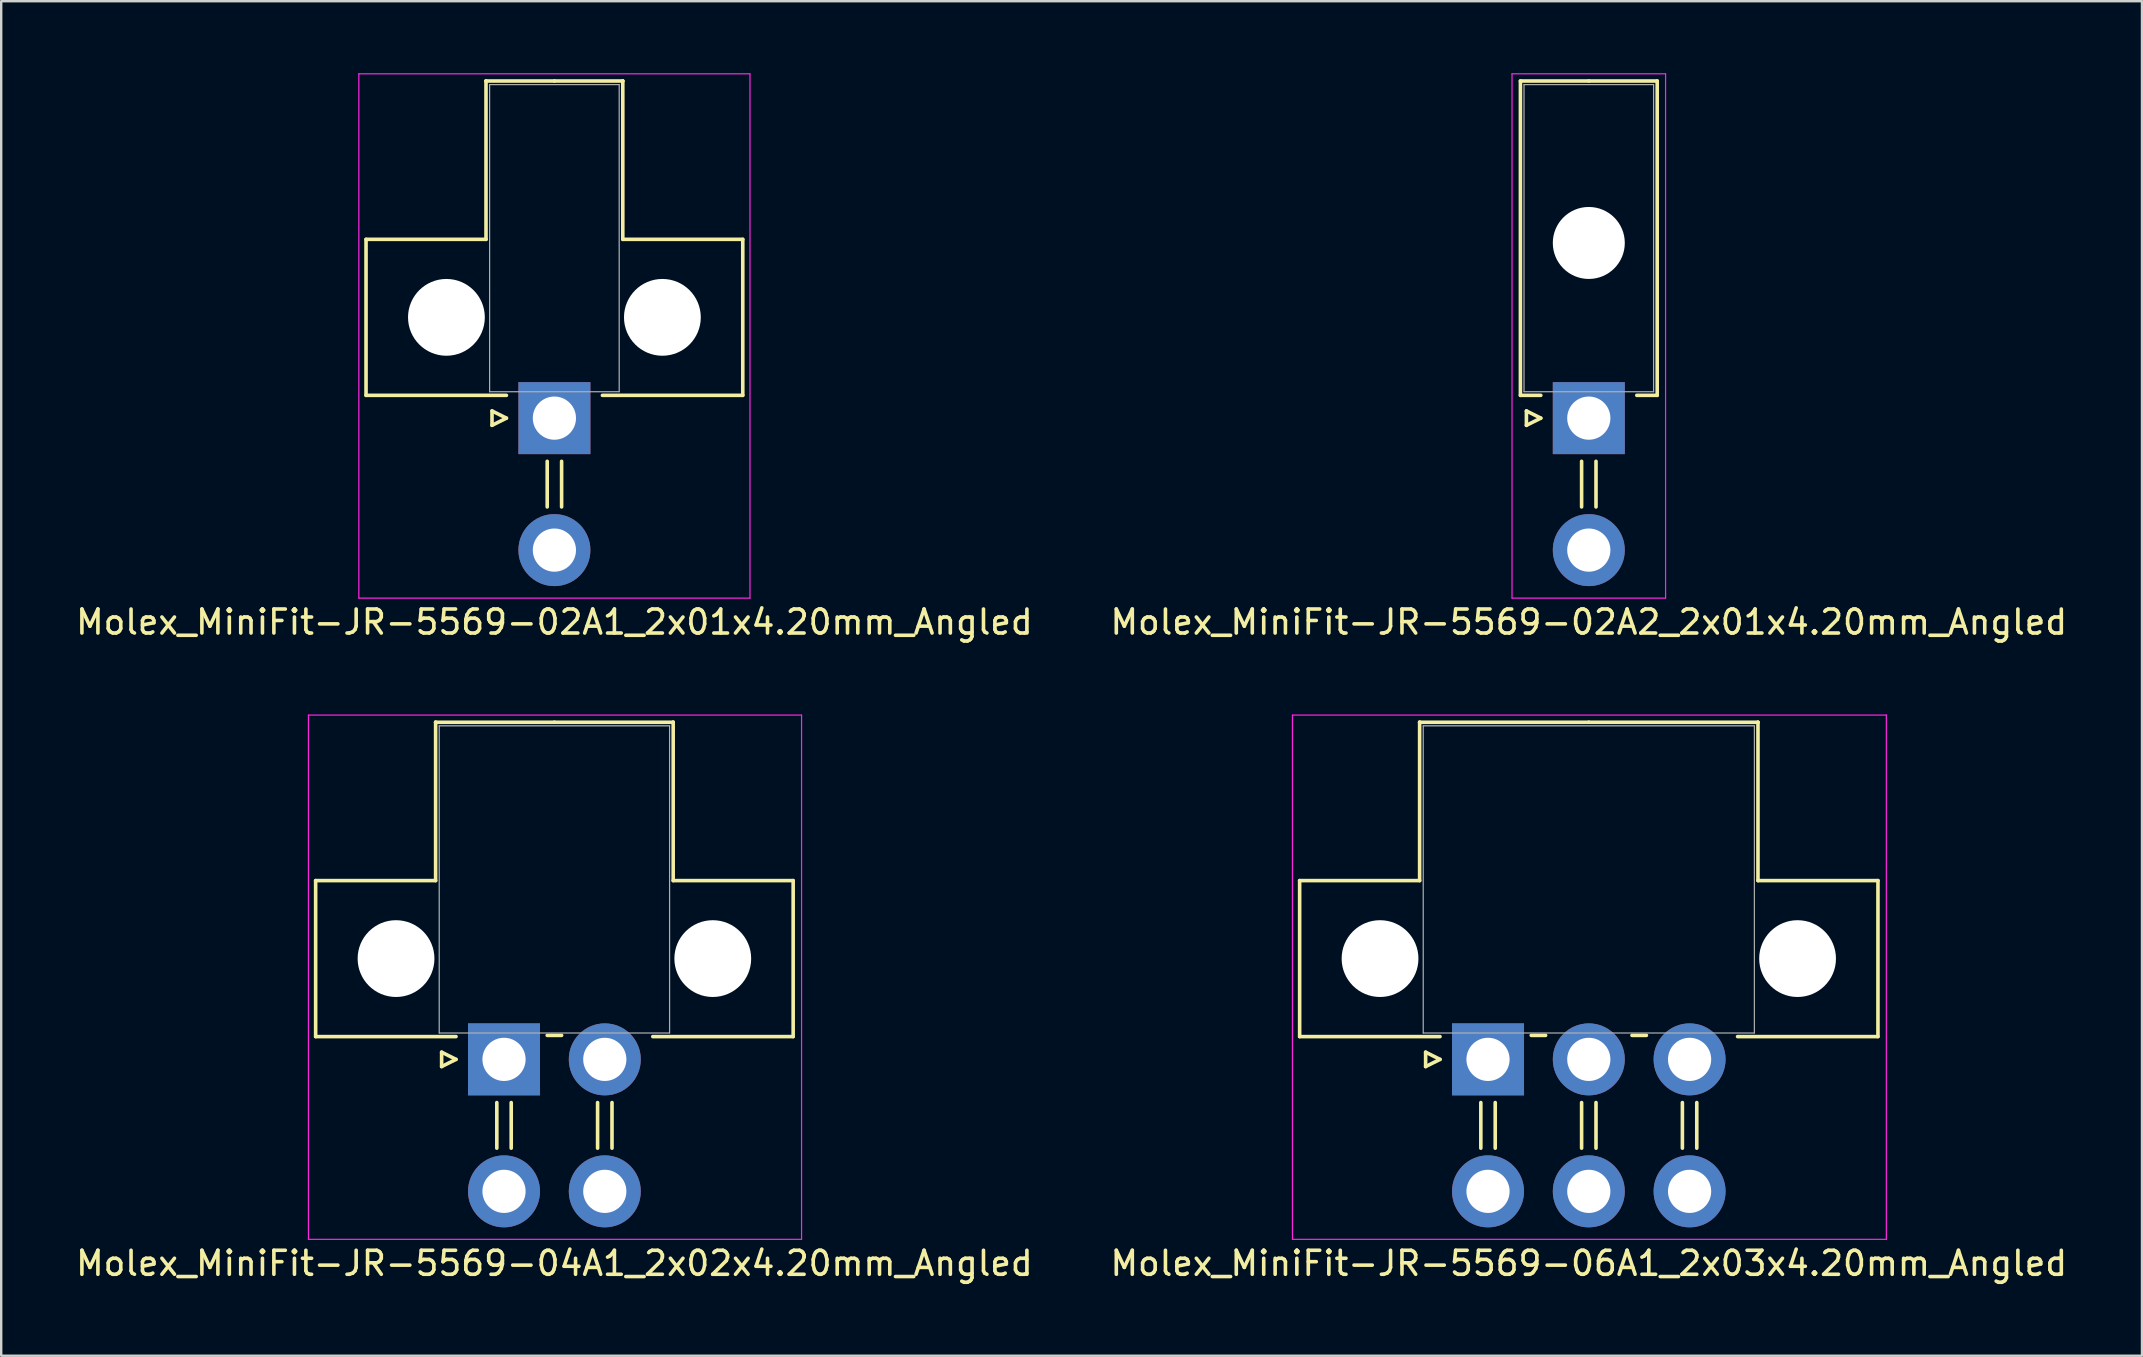
<source format=kicad_pcb>
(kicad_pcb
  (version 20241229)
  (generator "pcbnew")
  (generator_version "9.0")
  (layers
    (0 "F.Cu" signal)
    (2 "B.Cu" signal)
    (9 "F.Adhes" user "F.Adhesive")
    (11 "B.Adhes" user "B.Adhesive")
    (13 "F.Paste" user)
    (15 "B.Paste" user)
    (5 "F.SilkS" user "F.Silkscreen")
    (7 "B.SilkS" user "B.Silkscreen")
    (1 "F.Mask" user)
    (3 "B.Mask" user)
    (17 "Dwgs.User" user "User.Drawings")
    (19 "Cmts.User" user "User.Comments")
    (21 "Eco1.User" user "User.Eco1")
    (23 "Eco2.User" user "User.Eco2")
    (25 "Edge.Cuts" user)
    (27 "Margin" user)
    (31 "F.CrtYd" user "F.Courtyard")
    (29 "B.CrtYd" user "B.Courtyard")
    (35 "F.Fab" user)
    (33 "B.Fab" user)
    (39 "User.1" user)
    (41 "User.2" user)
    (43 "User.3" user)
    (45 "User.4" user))
  (footprint "Molex_MiniFit-JR-5569-06A1_2x03x4.20mm_Angled"
    (layer "F.Cu")
    (at 58.961 41.098)
    (property "Reference" "Molex_MiniFit-JR-5569-06A1_2x03x4.20mm_Angled" (at 4.2 8.5 0) (layer "F.SilkS") (effects (font (size 1 1) (thickness 0.15))))
    (attr through_hole)
    (fp_line (start -7.85 -7.45) (end -7.85 -0.95) (stroke (width 0.15) (type solid)) (layer "F.SilkS"))
    (fp_line (start -7.85 -0.95) (end -2 -0.95) (stroke (width 0.15) (type solid)) (layer "F.SilkS"))
    (fp_line (start -2.85 -14.05) (end -2.85 -14.05) (stroke (width 0.15) (type solid)) (layer "F.SilkS"))
    (fp_line (start -2.85 -14.05) (end -2.85 -7.45) (stroke (width 0.15) (type solid)) (layer "F.SilkS"))
    (fp_line (start -2.85 -7.45) (end -7.85 -7.45) (stroke (width 0.15) (type solid)) (layer "F.SilkS"))
    (fp_line (start -2.6 -0.3) (end -2 0) (stroke (width 0.15) (type solid)) (layer "F.SilkS"))
    (fp_line (start -2.6 0.3) (end -2.6 -0.3) (stroke (width 0.15) (type solid)) (layer "F.SilkS"))
    (fp_line (start -2 0) (end -2.6 0.3) (stroke (width 0.15) (type solid)) (layer "F.SilkS"))
    (fp_line (start -0.3 1.8) (end -0.3 3.7) (stroke (width 0.15) (type solid)) (layer "F.SilkS"))
    (fp_line (start 0.3 1.8) (end 0.3 3.7) (stroke (width 0.15) (type solid)) (layer "F.SilkS"))
    (fp_line (start 1.8 -1) (end 2.4 -1) (stroke (width 0.15) (type solid)) (layer "F.SilkS"))
    (fp_line (start 3.9 1.8) (end 3.9 3.7) (stroke (width 0.15) (type solid)) (layer "F.SilkS"))
    (fp_line (start 4.2 -14.05) (end -2.85 -14.05) (stroke (width 0.15) (type solid)) (layer "F.SilkS"))
    (fp_line (start 4.2 -14.05) (end 11.25 -14.05) (stroke (width 0.15) (type solid)) (layer "F.SilkS"))
    (fp_line (start 4.5 1.8) (end 4.5 3.7) (stroke (width 0.15) (type solid)) (layer "F.SilkS"))
    (fp_line (start 6 -1) (end 6.6 -1) (stroke (width 0.15) (type solid)) (layer "F.SilkS"))
    (fp_line (start 8.1 1.8) (end 8.1 3.7) (stroke (width 0.15) (type solid)) (layer "F.SilkS"))
    (fp_line (start 8.7 1.8) (end 8.7 3.7) (stroke (width 0.15) (type solid)) (layer "F.SilkS"))
    (fp_line (start 11.25 -14.05) (end 11.25 -14.05) (stroke (width 0.15) (type solid)) (layer "F.SilkS"))
    (fp_line (start 11.25 -14.05) (end 11.25 -7.45) (stroke (width 0.15) (type solid)) (layer "F.SilkS"))
    (fp_line (start 11.25 -7.45) (end 16.25 -7.45) (stroke (width 0.15) (type solid)) (layer "F.SilkS"))
    (fp_line (start 16.25 -7.45) (end 16.25 -0.95) (stroke (width 0.15) (type solid)) (layer "F.SilkS"))
    (fp_line (start 16.25 -0.95) (end 10.4 -0.95) (stroke (width 0.15) (type solid)) (layer "F.SilkS"))
    (fp_line (start -8.15 -14.35) (end -8.15 7.5) (stroke (width 0.05) (type solid)) (layer "F.CrtYd"))
    (fp_line (start -8.15 7.5) (end 16.6 7.5) (stroke (width 0.05) (type solid)) (layer "F.CrtYd"))
    (fp_line (start 16.6 -14.35) (end -8.15 -14.35) (stroke (width 0.05) (type solid)) (layer "F.CrtYd"))
    (fp_line (start 16.6 7.5) (end 16.6 -14.35) (stroke (width 0.05) (type solid)) (layer "F.CrtYd"))
    (fp_line (start -2.7 -13.9) (end -2.7 -1.1) (stroke (width 0.05) (type solid)) (layer "F.Fab"))
    (fp_line (start -2.7 -1.1) (end 11.1 -1.1) (stroke (width 0.05) (type solid)) (layer "F.Fab"))
    (fp_line (start 11.1 -13.9) (end -2.7 -13.9) (stroke (width 0.05) (type solid)) (layer "F.Fab"))
    (fp_line (start 11.1 -1.1) (end 11.1 -13.9) (stroke (width 0.05) (type solid)) (layer "F.Fab"))
    (pad "" np_thru_hole circle (at -4.5 -4.2) (size 3.2 3.2) (drill 3.2) (layers "*.Cu"))
    (pad "" np_thru_hole circle (at 12.9 -4.2) (size 3.2 3.2) (drill 3.2) (layers "*.Cu"))
    (pad "1" thru_hole rect (at 0 0) (size 3 3) (drill 1.8) (layers "*.Cu" "*.Mask"))
    (pad "2" thru_hole circle (at 4.2 0) (size 3 3) (drill 1.8) (layers "*.Cu" "*.Mask"))
    (pad "3" thru_hole circle (at 8.4 0) (size 3 3) (drill 1.8) (layers "*.Cu" "*.Mask"))
    (pad "4" thru_hole circle (at 0 5.5) (size 3 3) (drill 1.8) (layers "*.Cu" "*.Mask"))
    (pad "5" thru_hole circle (at 4.2 5.5) (size 3 3) (drill 1.8) (layers "*.Cu" "*.Mask"))
    (pad "6" thru_hole circle (at 8.4 5.5) (size 3 3) (drill 1.8) (layers "*.Cu" "*.Mask")))
  (footprint "Molex_MiniFit-JR-5569-02A1_2x01x4.20mm_Angled"
    (layer "F.Cu")
    (at 20.054 14.375)
    (property "Reference" "Molex_MiniFit-JR-5569-02A1_2x01x4.20mm_Angled" (at 0 8.5 0) (layer "F.SilkS") (effects (font (size 1 1) (thickness 0.15))))
    (attr through_hole)
    (fp_line (start -7.85 -7.45) (end -7.85 -0.95) (stroke (width 0.15) (type solid)) (layer "F.SilkS"))
    (fp_line (start -7.85 -0.95) (end -2 -0.95) (stroke (width 0.15) (type solid)) (layer "F.SilkS"))
    (fp_line (start -2.85 -14.05) (end -2.85 -14.05) (stroke (width 0.15) (type solid)) (layer "F.SilkS"))
    (fp_line (start -2.85 -14.05) (end -2.85 -7.45) (stroke (width 0.15) (type solid)) (layer "F.SilkS"))
    (fp_line (start -2.85 -7.45) (end -7.85 -7.45) (stroke (width 0.15) (type solid)) (layer "F.SilkS"))
    (fp_line (start -2.6 -0.3) (end -2 0) (stroke (width 0.15) (type solid)) (layer "F.SilkS"))
    (fp_line (start -2.6 0.3) (end -2.6 -0.3) (stroke (width 0.15) (type solid)) (layer "F.SilkS"))
    (fp_line (start -2 0) (end -2.6 0.3) (stroke (width 0.15) (type solid)) (layer "F.SilkS"))
    (fp_line (start -0.3 1.8) (end -0.3 3.7) (stroke (width 0.15) (type solid)) (layer "F.SilkS"))
    (fp_line (start 0 -14.05) (end -2.85 -14.05) (stroke (width 0.15) (type solid)) (layer "F.SilkS"))
    (fp_line (start 0 -14.05) (end 2.85 -14.05) (stroke (width 0.15) (type solid)) (layer "F.SilkS"))
    (fp_line (start 0.3 1.8) (end 0.3 3.7) (stroke (width 0.15) (type solid)) (layer "F.SilkS"))
    (fp_line (start 2.85 -14.05) (end 2.85 -14.05) (stroke (width 0.15) (type solid)) (layer "F.SilkS"))
    (fp_line (start 2.85 -14.05) (end 2.85 -7.45) (stroke (width 0.15) (type solid)) (layer "F.SilkS"))
    (fp_line (start 2.85 -7.45) (end 7.85 -7.45) (stroke (width 0.15) (type solid)) (layer "F.SilkS"))
    (fp_line (start 7.85 -7.45) (end 7.85 -0.95) (stroke (width 0.15) (type solid)) (layer "F.SilkS"))
    (fp_line (start 7.85 -0.95) (end 2 -0.95) (stroke (width 0.15) (type solid)) (layer "F.SilkS"))
    (fp_line (start -8.15 -14.35) (end -8.15 7.5) (stroke (width 0.05) (type solid)) (layer "F.CrtYd"))
    (fp_line (start -8.15 7.5) (end 8.15 7.5) (stroke (width 0.05) (type solid)) (layer "F.CrtYd"))
    (fp_line (start 8.15 -14.35) (end -8.15 -14.35) (stroke (width 0.05) (type solid)) (layer "F.CrtYd"))
    (fp_line (start 8.15 7.5) (end 8.15 -14.35) (stroke (width 0.05) (type solid)) (layer "F.CrtYd"))
    (fp_line (start -2.7 -13.9) (end -2.7 -1.1) (stroke (width 0.05) (type solid)) (layer "F.Fab"))
    (fp_line (start -2.7 -1.1) (end 2.7 -1.1) (stroke (width 0.05) (type solid)) (layer "F.Fab"))
    (fp_line (start 2.7 -13.9) (end -2.7 -13.9) (stroke (width 0.05) (type solid)) (layer "F.Fab"))
    (fp_line (start 2.7 -1.1) (end 2.7 -13.9) (stroke (width 0.05) (type solid)) (layer "F.Fab"))
    (pad "" np_thru_hole circle (at -4.5 -4.2) (size 3.2 3.2) (drill 3.2) (layers "*.Cu"))
    (pad "" np_thru_hole circle (at 4.5 -4.2) (size 3.2 3.2) (drill 3.2) (layers "*.Cu"))
    (pad "1" thru_hole rect (at 0 0) (size 3 3) (drill 1.8) (layers "*.Cu" "*.Mask"))
    (pad "2" thru_hole circle (at 0 5.5) (size 3 3) (drill 1.8) (layers "*.Cu" "*.Mask")))
  (footprint "Molex_MiniFit-JR-5569-02A2_2x01x4.20mm_Angled"
    (layer "F.Cu")
    (at 63.161 14.375)
    (property "Reference" "Molex_MiniFit-JR-5569-02A2_2x01x4.20mm_Angled" (at 0 8.5 0) (layer "F.SilkS") (effects (font (size 1 1) (thickness 0.15))))
    (attr through_hole)
    (fp_line (start -2.85 -14.05) (end 0 -14.05) (stroke (width 0.15) (type solid)) (layer "F.SilkS"))
    (fp_line (start -2.85 -0.95) (end -2.85 -14.05) (stroke (width 0.15) (type solid)) (layer "F.SilkS"))
    (fp_line (start -2.6 -0.3) (end -2 0) (stroke (width 0.15) (type solid)) (layer "F.SilkS"))
    (fp_line (start -2.6 0.3) (end -2.6 -0.3) (stroke (width 0.15) (type solid)) (layer "F.SilkS"))
    (fp_line (start -2 -0.95) (end -2.85 -0.95) (stroke (width 0.15) (type solid)) (layer "F.SilkS"))
    (fp_line (start -2 0) (end -2.6 0.3) (stroke (width 0.15) (type solid)) (layer "F.SilkS"))
    (fp_line (start -0.3 1.8) (end -0.3 3.7) (stroke (width 0.15) (type solid)) (layer "F.SilkS"))
    (fp_line (start 0.3 1.8) (end 0.3 3.7) (stroke (width 0.15) (type solid)) (layer "F.SilkS"))
    (fp_line (start 2 -0.95) (end 2.85 -0.95) (stroke (width 0.15) (type solid)) (layer "F.SilkS"))
    (fp_line (start 2.85 -14.05) (end 0 -14.05) (stroke (width 0.15) (type solid)) (layer "F.SilkS"))
    (fp_line (start 2.85 -0.95) (end 2.85 -14.05) (stroke (width 0.15) (type solid)) (layer "F.SilkS"))
    (fp_line (start -3.2 -14.35) (end -3.2 7.5) (stroke (width 0.05) (type solid)) (layer "F.CrtYd"))
    (fp_line (start -3.2 7.5) (end 3.2 7.5) (stroke (width 0.05) (type solid)) (layer "F.CrtYd"))
    (fp_line (start 3.2 -14.35) (end -3.2 -14.35) (stroke (width 0.05) (type solid)) (layer "F.CrtYd"))
    (fp_line (start 3.2 7.5) (end 3.2 -14.35) (stroke (width 0.05) (type solid)) (layer "F.CrtYd"))
    (fp_line (start -2.7 -13.9) (end -2.7 -1.1) (stroke (width 0.05) (type solid)) (layer "F.Fab"))
    (fp_line (start -2.7 -1.1) (end 2.7 -1.1) (stroke (width 0.05) (type solid)) (layer "F.Fab"))
    (fp_line (start 2.7 -13.9) (end -2.7 -13.9) (stroke (width 0.05) (type solid)) (layer "F.Fab"))
    (fp_line (start 2.7 -1.1) (end 2.7 -13.9) (stroke (width 0.05) (type solid)) (layer "F.Fab"))
    (pad "" np_thru_hole circle (at 0 -7.3) (size 3 3) (drill 3) (layers "*.Cu"))
    (pad "1" thru_hole rect (at 0 0) (size 3 3) (drill 1.8) (layers "*.Cu" "*.Mask"))
    (pad "2" thru_hole circle (at 0 5.5) (size 3 3) (drill 1.8) (layers "*.Cu" "*.Mask")))
  (footprint "Molex_MiniFit-JR-5569-04A1_2x02x4.20mm_Angled"
    (layer "F.Cu")
    (at 17.954 41.098)
    (property "Reference" "Molex_MiniFit-JR-5569-04A1_2x02x4.20mm_Angled" (at 2.1 8.5 0) (layer "F.SilkS") (effects (font (size 1 1) (thickness 0.15))))
    (attr through_hole)
    (fp_line (start -7.85 -7.45) (end -7.85 -0.95) (stroke (width 0.15) (type solid)) (layer "F.SilkS"))
    (fp_line (start -7.85 -0.95) (end -2 -0.95) (stroke (width 0.15) (type solid)) (layer "F.SilkS"))
    (fp_line (start -2.85 -14.05) (end -2.85 -14.05) (stroke (width 0.15) (type solid)) (layer "F.SilkS"))
    (fp_line (start -2.85 -14.05) (end -2.85 -7.45) (stroke (width 0.15) (type solid)) (layer "F.SilkS"))
    (fp_line (start -2.85 -7.45) (end -7.85 -7.45) (stroke (width 0.15) (type solid)) (layer "F.SilkS"))
    (fp_line (start -2.6 -0.3) (end -2 0) (stroke (width 0.15) (type solid)) (layer "F.SilkS"))
    (fp_line (start -2.6 0.3) (end -2.6 -0.3) (stroke (width 0.15) (type solid)) (layer "F.SilkS"))
    (fp_line (start -2 0) (end -2.6 0.3) (stroke (width 0.15) (type solid)) (layer "F.SilkS"))
    (fp_line (start -0.3 1.8) (end -0.3 3.7) (stroke (width 0.15) (type solid)) (layer "F.SilkS"))
    (fp_line (start 0.3 1.8) (end 0.3 3.7) (stroke (width 0.15) (type solid)) (layer "F.SilkS"))
    (fp_line (start 1.8 -1) (end 2.4 -1) (stroke (width 0.15) (type solid)) (layer "F.SilkS"))
    (fp_line (start 2.1 -14.05) (end -2.85 -14.05) (stroke (width 0.15) (type solid)) (layer "F.SilkS"))
    (fp_line (start 2.1 -14.05) (end 7.05 -14.05) (stroke (width 0.15) (type solid)) (layer "F.SilkS"))
    (fp_line (start 3.9 1.8) (end 3.9 3.7) (stroke (width 0.15) (type solid)) (layer "F.SilkS"))
    (fp_line (start 4.5 1.8) (end 4.5 3.7) (stroke (width 0.15) (type solid)) (layer "F.SilkS"))
    (fp_line (start 7.05 -14.05) (end 7.05 -14.05) (stroke (width 0.15) (type solid)) (layer "F.SilkS"))
    (fp_line (start 7.05 -14.05) (end 7.05 -7.45) (stroke (width 0.15) (type solid)) (layer "F.SilkS"))
    (fp_line (start 7.05 -7.45) (end 12.05 -7.45) (stroke (width 0.15) (type solid)) (layer "F.SilkS"))
    (fp_line (start 12.05 -7.45) (end 12.05 -0.95) (stroke (width 0.15) (type solid)) (layer "F.SilkS"))
    (fp_line (start 12.05 -0.95) (end 6.2 -0.95) (stroke (width 0.15) (type solid)) (layer "F.SilkS"))
    (fp_line (start -8.15 -14.35) (end -8.15 7.5) (stroke (width 0.05) (type solid)) (layer "F.CrtYd"))
    (fp_line (start -8.15 7.5) (end 12.4 7.5) (stroke (width 0.05) (type solid)) (layer "F.CrtYd"))
    (fp_line (start 12.4 -14.35) (end -8.15 -14.35) (stroke (width 0.05) (type solid)) (layer "F.CrtYd"))
    (fp_line (start 12.4 7.5) (end 12.4 -14.35) (stroke (width 0.05) (type solid)) (layer "F.CrtYd"))
    (fp_line (start -2.7 -13.9) (end -2.7 -1.1) (stroke (width 0.05) (type solid)) (layer "F.Fab"))
    (fp_line (start -2.7 -1.1) (end 6.9 -1.1) (stroke (width 0.05) (type solid)) (layer "F.Fab"))
    (fp_line (start 6.9 -13.9) (end -2.7 -13.9) (stroke (width 0.05) (type solid)) (layer "F.Fab"))
    (fp_line (start 6.9 -1.1) (end 6.9 -13.9) (stroke (width 0.05) (type solid)) (layer "F.Fab"))
    (pad "" np_thru_hole circle (at -4.5 -4.2) (size 3.2 3.2) (drill 3.2) (layers "*.Cu"))
    (pad "" np_thru_hole circle (at 8.7 -4.2) (size 3.2 3.2) (drill 3.2) (layers "*.Cu"))
    (pad "1" thru_hole rect (at 0 0) (size 3 3) (drill 1.8) (layers "*.Cu" "*.Mask"))
    (pad "2" thru_hole circle (at 4.2 0) (size 3 3) (drill 1.8) (layers "*.Cu" "*.Mask"))
    (pad "3" thru_hole circle (at 0 5.5) (size 3 3) (drill 1.8) (layers "*.Cu" "*.Mask"))
    (pad "4" thru_hole circle (at 4.2 5.5) (size 3 3) (drill 1.8) (layers "*.Cu" "*.Mask")))
  (gr_rect
    (start -3 -3)
    (end 86.214 53.447)
    (stroke (width 0.1) (type default))
    (fill no)
    (layer "Edge.Cuts")))
</source>
